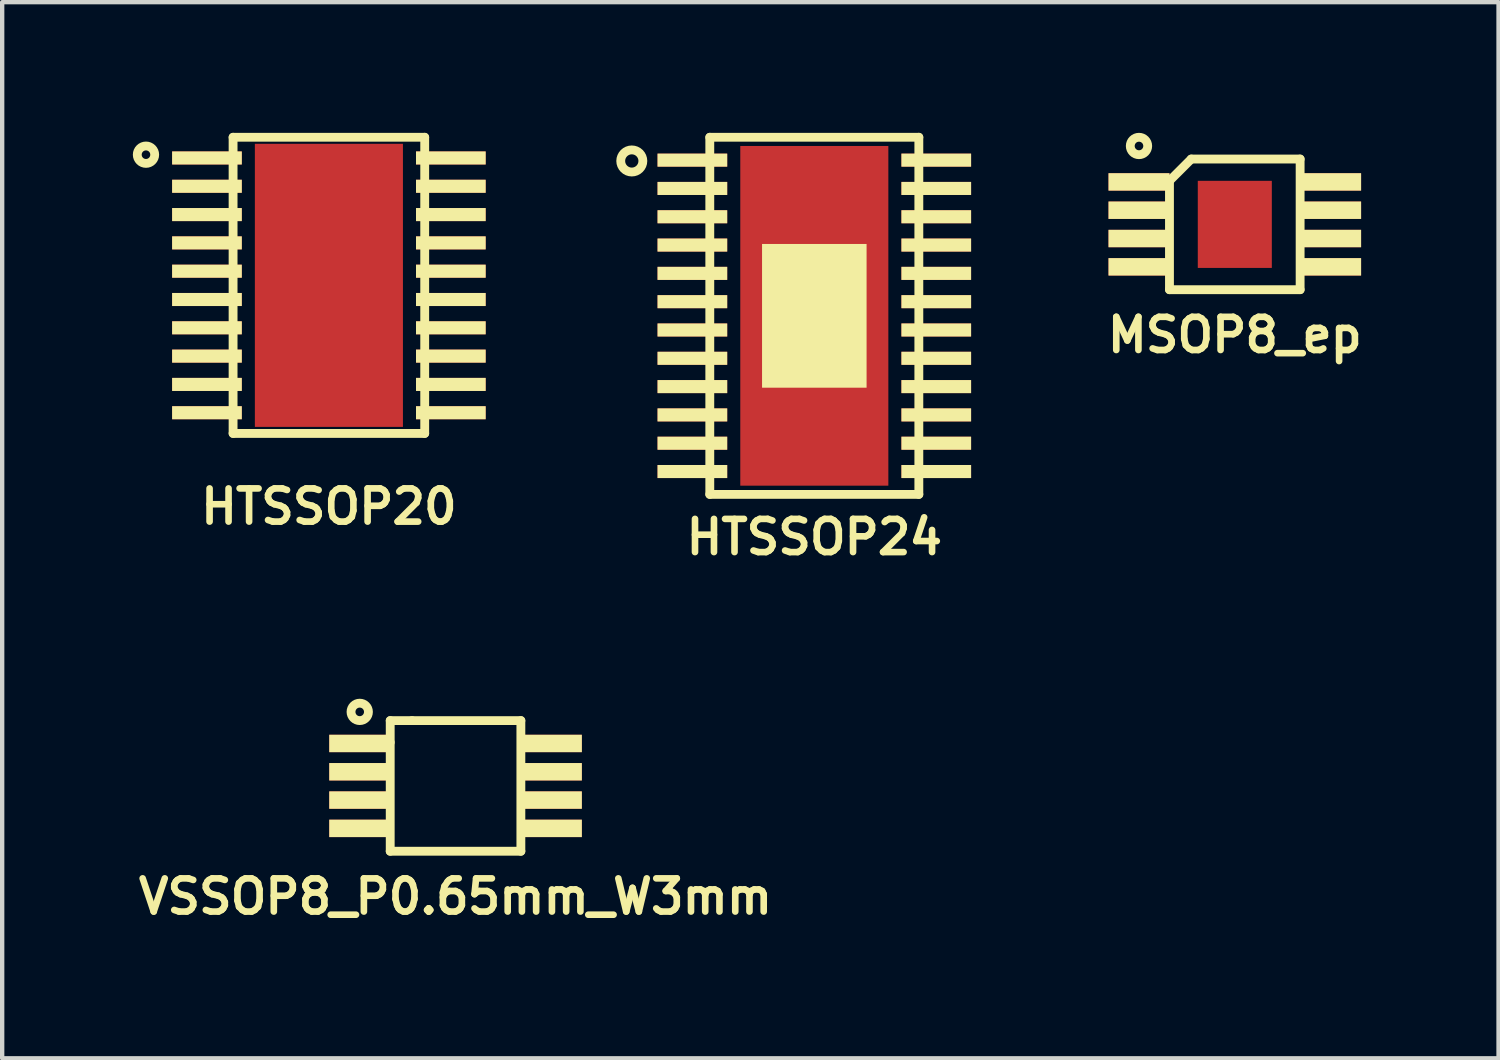
<source format=kicad_pcb>
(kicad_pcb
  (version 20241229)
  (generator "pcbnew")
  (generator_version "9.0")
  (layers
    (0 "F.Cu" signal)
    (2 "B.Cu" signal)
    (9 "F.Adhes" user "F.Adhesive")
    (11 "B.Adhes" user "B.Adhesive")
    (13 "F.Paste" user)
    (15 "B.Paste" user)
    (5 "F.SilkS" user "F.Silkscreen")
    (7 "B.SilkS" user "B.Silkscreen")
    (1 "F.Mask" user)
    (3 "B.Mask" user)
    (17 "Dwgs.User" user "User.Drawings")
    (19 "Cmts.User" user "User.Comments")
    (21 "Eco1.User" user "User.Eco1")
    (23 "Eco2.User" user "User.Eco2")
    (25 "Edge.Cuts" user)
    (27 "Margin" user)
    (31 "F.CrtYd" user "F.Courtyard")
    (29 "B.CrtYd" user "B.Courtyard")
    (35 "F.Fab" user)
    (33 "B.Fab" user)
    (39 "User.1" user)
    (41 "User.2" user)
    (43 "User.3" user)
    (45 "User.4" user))
  (footprint "HTSSOP24"
    (layer "F.Cu")
    (at 15.648 4.202)
    (property "Reference" "HTSSOP24" (at 0 5.08 0) (layer "F.SilkS") (effects (font (size 0.762 0.762) (thickness 0.152))))
    (attr smd)
    (fp_line (start -2.4 -4.1) (end 2.4 -4.1) (stroke (width 0.203) (type solid)) (layer "F.SilkS"))
    (fp_line (start -2.4 4.1) (end -2.4 -4.1) (stroke (width 0.203) (type solid)) (layer "F.SilkS"))
    (fp_line (start 2.4 -4.1) (end 2.4 4.1) (stroke (width 0.203) (type solid)) (layer "F.SilkS"))
    (fp_line (start 2.4 4.1) (end -2.4 4.1) (stroke (width 0.203) (type solid)) (layer "F.SilkS"))
    (fp_circle (center -4.191 -3.556) (end -3.937 -3.556) (stroke (width 0.203) (type solid)) (fill no) (layer "F.SilkS"))
    (pad "" smd rect (at 0 0) (size 2.4 3.3) (layers "F.Mask" "F.SilkS" "F.Paste"))
    (pad "0" smd rect (at 0 0) (size 3.4 7.8) (layers "F.Cu"))
    (pad "1" smd rect (at -2.8 -3.575) (size 1.6 0.3) (layers "F.Cu" "F.Mask" "F.SilkS" "F.Paste"))
    (pad "2" smd rect (at -2.8 -2.925) (size 1.6 0.3) (layers "F.Cu" "F.Mask" "F.SilkS" "F.Paste"))
    (pad "3" smd rect (at -2.8 -2.275) (size 1.6 0.3) (layers "F.Cu" "F.Mask" "F.SilkS" "F.Paste"))
    (pad "4" smd rect (at -2.8 -1.625) (size 1.6 0.3) (layers "F.Cu" "F.Mask" "F.SilkS" "F.Paste"))
    (pad "5" smd rect (at -2.8 -0.975) (size 1.6 0.3) (layers "F.Cu" "F.Mask" "F.SilkS" "F.Paste"))
    (pad "6" smd rect (at -2.8 -0.325) (size 1.6 0.3) (layers "F.Cu" "F.Mask" "F.SilkS" "F.Paste"))
    (pad "7" smd rect (at -2.8 0.325) (size 1.6 0.3) (layers "F.Cu" "F.Mask" "F.SilkS" "F.Paste"))
    (pad "8" smd rect (at -2.8 0.975) (size 1.6 0.3) (layers "F.Cu" "F.Mask" "F.SilkS" "F.Paste"))
    (pad "9" smd rect (at -2.8 1.625) (size 1.6 0.3) (layers "F.Cu" "F.Mask" "F.SilkS" "F.Paste"))
    (pad "10" smd rect (at -2.8 2.275) (size 1.6 0.3) (layers "F.Cu" "F.Mask" "F.SilkS" "F.Paste"))
    (pad "11" smd rect (at -2.8 2.925) (size 1.6 0.3) (layers "F.Cu" "F.Mask" "F.SilkS" "F.Paste"))
    (pad "12" smd rect (at -2.8 3.575) (size 1.6 0.3) (layers "F.Cu" "F.Mask" "F.SilkS" "F.Paste"))
    (pad "13" smd rect (at 2.8 3.575) (size 1.6 0.3) (layers "F.Cu" "F.Mask" "F.SilkS" "F.Paste"))
    (pad "14" smd rect (at 2.8 2.925) (size 1.6 0.3) (layers "F.Cu" "F.Mask" "F.SilkS" "F.Paste"))
    (pad "15" smd rect (at 2.8 2.275) (size 1.6 0.3) (layers "F.Cu" "F.Mask" "F.SilkS" "F.Paste"))
    (pad "16" smd rect (at 2.8 1.625) (size 1.6 0.3) (layers "F.Cu" "F.Mask" "F.SilkS" "F.Paste"))
    (pad "17" smd rect (at 2.8 0.975) (size 1.6 0.3) (layers "F.Cu" "F.Mask" "F.SilkS" "F.Paste"))
    (pad "18" smd rect (at 2.8 0.325) (size 1.6 0.3) (layers "F.Cu" "F.Mask" "F.SilkS" "F.Paste"))
    (pad "19" smd rect (at 2.8 -0.325) (size 1.6 0.3) (layers "F.Cu" "F.Mask" "F.SilkS" "F.Paste"))
    (pad "20" smd rect (at 2.8 -0.975) (size 1.6 0.3) (layers "F.Cu" "F.Mask" "F.SilkS" "F.Paste"))
    (pad "21" smd rect (at 2.8 -1.625) (size 1.6 0.3) (layers "F.Cu" "F.Mask" "F.SilkS" "F.Paste"))
    (pad "22" smd rect (at 2.8 -2.275) (size 1.6 0.3) (layers "F.Cu" "F.Mask" "F.SilkS" "F.Paste"))
    (pad "23" smd rect (at 2.8 -2.925) (size 1.6 0.3) (layers "F.Cu" "F.Mask" "F.SilkS" "F.Paste"))
    (pad "24" smd rect (at 2.8 -3.575) (size 1.6 0.3) (layers "F.Cu" "F.Mask" "F.SilkS" "F.Paste")))
  (footprint "MSOP8_ep"
    (layer "F.Cu")
    (at 25.303 2.102)
    (property "Reference" "MSOP8_ep" (at 0 2.54 0) (layer "F.SilkS") (effects (font (size 0.762 0.762) (thickness 0.152))))
    (attr smd)
    (fp_line (start -1.5 -1) (end -1.5 1.5) (stroke (width 0.203) (type solid)) (layer "F.SilkS"))
    (fp_line (start -1.5 1.5) (end 1.5 1.5) (stroke (width 0.203) (type solid)) (layer "F.SilkS"))
    (fp_line (start -1 -1.5) (end -1.5 -1) (stroke (width 0.203) (type solid)) (layer "F.SilkS"))
    (fp_line (start -1 -1.5) (end 1.5 -1.5) (stroke (width 0.203) (type solid)) (layer "F.SilkS"))
    (fp_line (start 1.5 1.5) (end 1.5 -1.5) (stroke (width 0.203) (type solid)) (layer "F.SilkS"))
    (fp_circle (center -2.2 -1.8) (end -2 -1.8) (stroke (width 0.203) (type solid)) (fill no) (layer "F.SilkS"))
    (pad "0" smd rect (at 0 0) (size 1.7 2) (layers "F.Cu" "F.Mask" "F.Paste"))
    (pad "1" smd rect (at -2.2 -0.975) (size 1.4 0.4) (layers "F.Cu" "F.Mask" "F.SilkS" "F.Paste"))
    (pad "2" smd rect (at -2.2 -0.325) (size 1.4 0.4) (layers "F.Cu" "F.Mask" "F.SilkS" "F.Paste"))
    (pad "3" smd rect (at -2.2 0.325) (size 1.4 0.4) (layers "F.Cu" "F.Mask" "F.SilkS" "F.Paste"))
    (pad "4" smd rect (at -2.2 0.975) (size 1.4 0.4) (layers "F.Cu" "F.Mask" "F.SilkS" "F.Paste"))
    (pad "5" smd rect (at 2.2 0.975) (size 1.4 0.4) (layers "F.Cu" "F.Mask" "F.SilkS" "F.Paste"))
    (pad "6" smd rect (at 2.2 0.325) (size 1.4 0.4) (layers "F.Cu" "F.Mask" "F.SilkS" "F.Paste"))
    (pad "7" smd rect (at 2.2 -0.325) (size 1.4 0.4) (layers "F.Cu" "F.Mask" "F.SilkS" "F.Paste"))
    (pad "8" smd rect (at 2.2 -0.975) (size 1.4 0.4) (layers "F.Cu" "F.Mask" "F.SilkS" "F.Paste")))
  (footprint "VSSOP8_P0.65mm_W3mm"
    (layer "F.Cu")
    (at 7.41 14.996)
    (property "Reference" "VSSOP8_P0.65mm_W3mm" (at 0 2.54 0) (layer "F.SilkS") (effects (font (size 0.762 0.762) (thickness 0.152))))
    (attr smd)
    (fp_line (start -1.5 -1.5) (end -1.5 -1) (stroke (width 0.203) (type solid)) (layer "F.SilkS"))
    (fp_line (start -1.5 -1) (end -1.5 1.5) (stroke (width 0.203) (type solid)) (layer "F.SilkS"))
    (fp_line (start -1.5 1.5) (end 1.5 1.5) (stroke (width 0.203) (type solid)) (layer "F.SilkS"))
    (fp_line (start -1 -1.5) (end -1.5 -1.5) (stroke (width 0.203) (type solid)) (layer "F.SilkS"))
    (fp_line (start -1 -1.5) (end 1.5 -1.5) (stroke (width 0.203) (type solid)) (layer "F.SilkS"))
    (fp_line (start 1.5 1.5) (end 1.5 -1.5) (stroke (width 0.203) (type solid)) (layer "F.SilkS"))
    (fp_circle (center -2.2 -1.7) (end -2.2 -1.5) (stroke (width 0.203) (type solid)) (fill no) (layer "F.SilkS"))
    (pad "1" smd rect (at -2.2 -0.975) (size 1.4 0.4) (layers "F.Cu" "F.Mask" "F.SilkS" "F.Paste"))
    (pad "2" smd rect (at -2.2 -0.325) (size 1.4 0.4) (layers "F.Cu" "F.Mask" "F.SilkS" "F.Paste"))
    (pad "3" smd rect (at -2.2 0.325) (size 1.4 0.4) (layers "F.Cu" "F.Mask" "F.SilkS" "F.Paste"))
    (pad "4" smd rect (at -2.2 0.975) (size 1.4 0.4) (layers "F.Cu" "F.Mask" "F.SilkS" "F.Paste"))
    (pad "5" smd rect (at 2.2 0.975) (size 1.4 0.4) (layers "F.Cu" "F.Mask" "F.SilkS" "F.Paste"))
    (pad "6" smd rect (at 2.2 0.325) (size 1.4 0.4) (layers "F.Cu" "F.Mask" "F.SilkS" "F.Paste"))
    (pad "7" smd rect (at 2.2 -0.325) (size 1.4 0.4) (layers "F.Cu" "F.Mask" "F.SilkS" "F.Paste"))
    (pad "8" smd rect (at 2.2 -0.975) (size 1.4 0.4) (layers "F.Cu" "F.Mask" "F.SilkS" "F.Paste")))
  (footprint "HTSSOP20"
    (layer "F.Cu")
    (at 4.502 3.502)
    (property "Reference" "HTSSOP20" (at 0 5.08 0) (layer "F.SilkS") (effects (font (size 0.762 0.762) (thickness 0.152))))
    (attr smd)
    (fp_line (start -2.2 -3.4) (end -2.2 3.4) (stroke (width 0.203) (type solid)) (layer "F.SilkS"))
    (fp_line (start -2.2 3.4) (end 2.2 3.4) (stroke (width 0.203) (type solid)) (layer "F.SilkS"))
    (fp_line (start 2.2 -3.4) (end -2.2 -3.4) (stroke (width 0.203) (type solid)) (layer "F.SilkS"))
    (fp_line (start 2.2 3.4) (end 2.2 -3.4) (stroke (width 0.203) (type solid)) (layer "F.SilkS"))
    (fp_circle (center -4.2 -3) (end -4 -3) (stroke (width 0.203) (type solid)) (fill no) (layer "F.SilkS"))
    (pad "" smd rect (at 0 0) (size 2.77 3.45) (layers "F.Mask" "F.Paste"))
    (pad "0" smd rect (at 0 0) (size 3.4 6.5) (layers "F.Cu"))
    (pad "1" smd rect (at -2.8 -2.925) (size 1.6 0.3) (layers "F.Cu" "F.Mask" "F.SilkS" "F.Paste"))
    (pad "2" smd rect (at -2.8 -2.275) (size 1.6 0.3) (layers "F.Cu" "F.Mask" "F.SilkS" "F.Paste"))
    (pad "3" smd rect (at -2.8 -1.625) (size 1.6 0.3) (layers "F.Cu" "F.Mask" "F.SilkS" "F.Paste"))
    (pad "4" smd rect (at -2.8 -0.975) (size 1.6 0.3) (layers "F.Cu" "F.Mask" "F.SilkS" "F.Paste"))
    (pad "5" smd rect (at -2.8 -0.325) (size 1.6 0.3) (layers "F.Cu" "F.Mask" "F.SilkS" "F.Paste"))
    (pad "6" smd rect (at -2.8 0.325) (size 1.6 0.3) (layers "F.Cu" "F.Mask" "F.SilkS" "F.Paste"))
    (pad "7" smd rect (at -2.8 0.975) (size 1.6 0.3) (layers "F.Cu" "F.Mask" "F.SilkS" "F.Paste"))
    (pad "8" smd rect (at -2.8 1.625) (size 1.6 0.3) (layers "F.Cu" "F.Mask" "F.SilkS" "F.Paste"))
    (pad "9" smd rect (at -2.8 2.275) (size 1.6 0.3) (layers "F.Cu" "F.Mask" "F.SilkS" "F.Paste"))
    (pad "10" smd rect (at -2.8 2.925) (size 1.6 0.3) (layers "F.Cu" "F.Mask" "F.SilkS" "F.Paste"))
    (pad "11" smd rect (at 2.8 2.925) (size 1.6 0.3) (layers "F.Cu" "F.Mask" "F.SilkS" "F.Paste"))
    (pad "12" smd rect (at 2.8 2.275) (size 1.6 0.3) (layers "F.Cu" "F.Mask" "F.SilkS" "F.Paste"))
    (pad "13" smd rect (at 2.8 1.625) (size 1.6 0.3) (layers "F.Cu" "F.Mask" "F.SilkS" "F.Paste"))
    (pad "14" smd rect (at 2.8 0.975) (size 1.6 0.3) (layers "F.Cu" "F.Mask" "F.SilkS" "F.Paste"))
    (pad "15" smd rect (at 2.8 0.325) (size 1.6 0.3) (layers "F.Cu" "F.Mask" "F.SilkS" "F.Paste"))
    (pad "16" smd rect (at 2.8 -0.325) (size 1.6 0.3) (layers "F.Cu" "F.Mask" "F.SilkS" "F.Paste"))
    (pad "17" smd rect (at 2.8 -0.975) (size 1.6 0.3) (layers "F.Cu" "F.Mask" "F.SilkS" "F.Paste"))
    (pad "18" smd rect (at 2.8 -1.625) (size 1.6 0.3) (layers "F.Cu" "F.Mask" "F.SilkS" "F.Paste"))
    (pad "19" smd rect (at 2.8 -2.275) (size 1.6 0.3) (layers "F.Cu" "F.Mask" "F.SilkS" "F.Paste"))
    (pad "20" smd rect (at 2.8 -2.925) (size 1.6 0.3) (layers "F.Cu" "F.Mask" "F.SilkS" "F.Paste")))
  (gr_rect
    (start -3 -3)
    (end 31.359 21.25)
    (stroke (width 0.1) (type default))
    (fill no)
    (layer "Edge.Cuts")))
</source>
